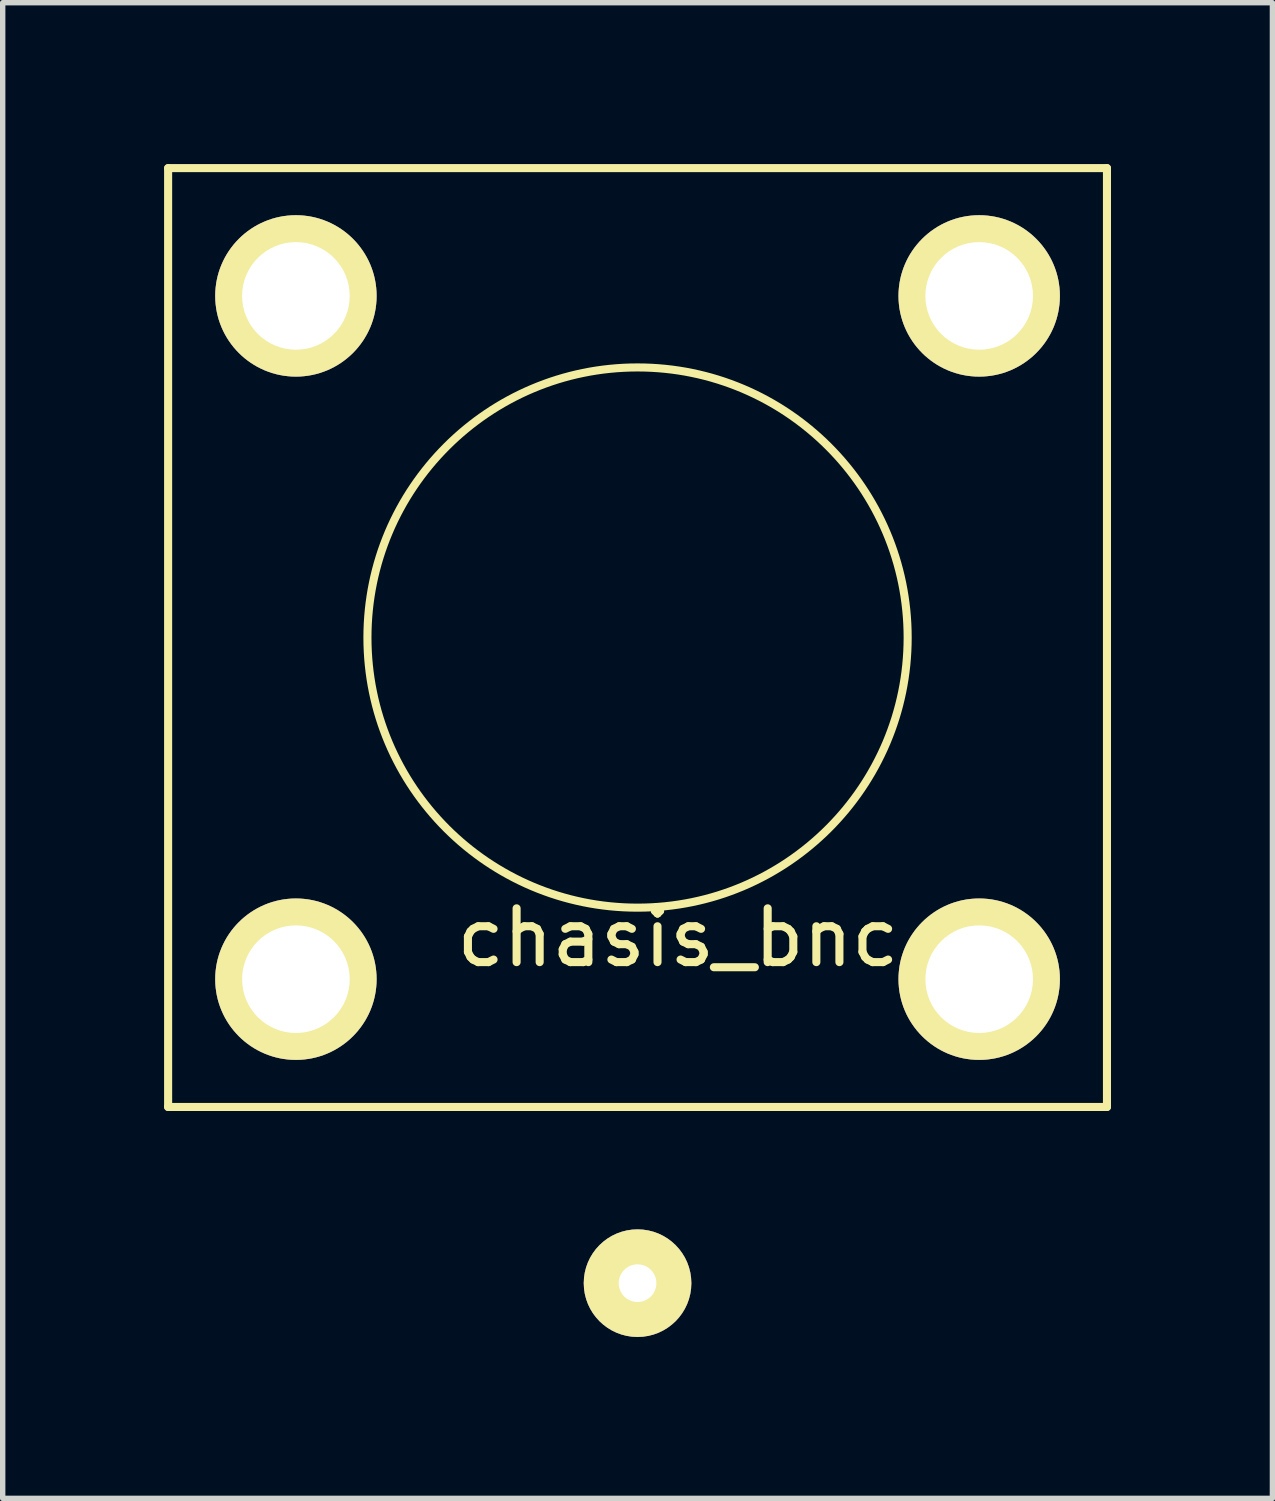
<source format=kicad_pcb>
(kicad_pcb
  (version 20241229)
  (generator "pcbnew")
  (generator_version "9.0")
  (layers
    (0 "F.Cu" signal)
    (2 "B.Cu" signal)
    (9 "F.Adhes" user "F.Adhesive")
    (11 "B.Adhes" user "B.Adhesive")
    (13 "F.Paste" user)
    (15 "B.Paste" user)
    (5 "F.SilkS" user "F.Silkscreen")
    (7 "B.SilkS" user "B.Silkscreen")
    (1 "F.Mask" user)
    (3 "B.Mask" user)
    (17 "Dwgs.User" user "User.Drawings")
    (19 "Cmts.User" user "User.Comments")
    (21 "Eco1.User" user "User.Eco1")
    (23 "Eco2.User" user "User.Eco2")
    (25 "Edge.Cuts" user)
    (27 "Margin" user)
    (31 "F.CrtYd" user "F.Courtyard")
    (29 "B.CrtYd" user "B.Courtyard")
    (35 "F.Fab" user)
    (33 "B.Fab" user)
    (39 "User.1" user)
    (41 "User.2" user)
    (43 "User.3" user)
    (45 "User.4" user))
  (footprint "chasis_bnc"
    (layer "F.Cu")
    (at 8.8 8.8)
    (property "Reference" "chasis_bnc" (at 0.752 5.578 0) (layer "F.SilkS") (effects (font (size 1 1) (thickness 0.15))))
    (attr through_hole)
    (fp_line (start -8.725 -8.725) (end -8.725 8.725) (stroke (width 0.15) (type solid)) (layer "F.SilkS"))
    (fp_line (start -8.725 8.725) (end 8.725 8.725) (stroke (width 0.15) (type solid)) (layer "F.SilkS"))
    (fp_line (start 8.725 -8.725) (end -8.725 -8.725) (stroke (width 0.15) (type solid)) (layer "F.SilkS"))
    (fp_line (start 8.725 8.725) (end 8.725 -8.725) (stroke (width 0.15) (type solid)) (layer "F.SilkS"))
    (fp_circle (center 0 0) (end 3.55 3.55) (stroke (width 0.15) (type solid)) (fill no) (layer "F.SilkS"))
    (pad "1" thru_hole circle (at 0 12) (size 2 2) (drill 0.7) (layers "*.Cu" "*.Mask" "F.SilkS"))
    (pad "2" thru_hole circle (at -6.35 -6.35) (size 3 3) (drill 2) (layers "*.Cu" "*.Mask" "F.SilkS"))
    (pad "2" thru_hole circle (at -6.35 6.35) (size 3 3) (drill 2) (layers "*.Cu" "*.Mask" "F.SilkS"))
    (pad "2" thru_hole circle (at 6.35 -6.35) (size 3 3) (drill 2) (layers "*.Cu" "*.Mask" "F.SilkS"))
    (pad "2" thru_hole circle (at 6.35 6.35) (size 3 3) (drill 2) (layers "*.Cu" "*.Mask" "F.SilkS")))
  (gr_rect
    (start -3 -3)
    (end 20.6 24.8)
    (stroke (width 0.1) (type default))
    (fill no)
    (layer "Edge.Cuts")))
</source>
